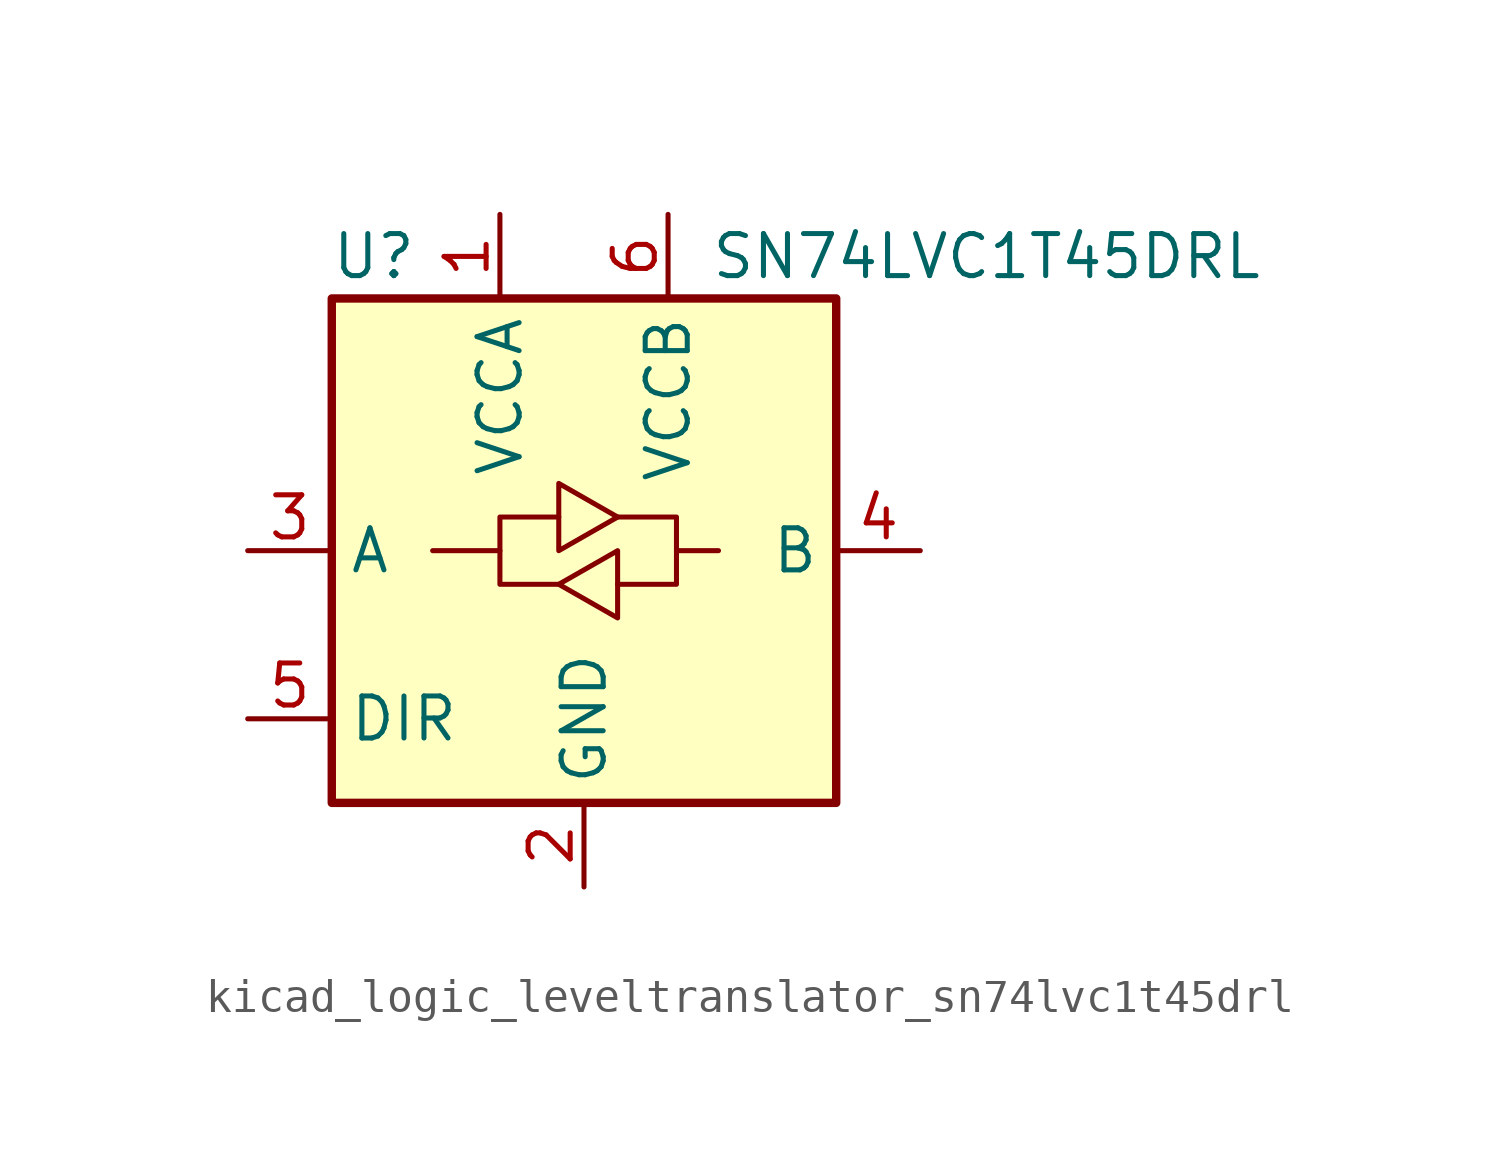
<source format=kicad_sym>
(kicad_symbol_lib
  (version 20220914)
  (generator kicad_symbol_editor)
  (symbol "kicad_logic_leveltranslator_sn74lvc1t45drl"
    (property "Reference" "U"
      (at -6.35 8.89 0)
      (effects (font (size 1.27 1.27))))
    (property "Value" "SN74LVC1T45DRL"
      (at 3.81 8.89 0)
      (effects (font (size 1.27 1.27)) (justify left)))
    (symbol "kicad_logic_leveltranslator_sn74lvc1t45drl_0_1"
      (rectangle (start -7.62 7.62) (end 7.62 -7.62) (stroke (width 0.254) (type default)) (fill (type background)))
      (polyline (pts (xy -2.54 0) (xy -2.54 1.016) (xy -0.762 1.016)) (stroke (width 0) (type default)) (fill (type none)))
      (polyline (pts (xy 2.794 0) (xy 2.794 -1.016) (xy 1.016 -1.016)) (stroke (width 0) (type default)) (fill (type none)))
      (polyline (pts (xy -0.762 -1.016) (xy -2.54 -1.016) (xy -2.54 0) (xy -4.572 0)) (stroke (width 0) (type default)) (fill (type none)))
      (polyline (pts (xy -0.762 0) (xy -0.762 2.032) (xy 1.016 1.016) (xy -0.762 0)) (stroke (width 0) (type default)) (fill (type none)))
      (polyline (pts (xy 1.016 1.016) (xy 2.794 1.016) (xy 2.794 0) (xy 4.064 0)) (stroke (width 0) (type default)) (fill (type none)))
      (polyline (pts (xy 1.016 0) (xy 1.016 -1.778) (xy 1.016 -2.032) (xy -0.762 -1.016) (xy 1.016 0)) (stroke (width 0) (type default)) (fill (type none))))
    (symbol "kicad_logic_leveltranslator_sn74lvc1t45drl_1_1"
      (pin power_in line (at -2.54 10.16 270) (length 2.54) (name "VCCA" (effects (font (size 1.27 1.27)))) (number "1" (effects (font (size 1.27 1.27)))))
      (pin power_in line (at 0 -10.16 90) (length 2.54) (name "GND" (effects (font (size 1.27 1.27)))) (number "2" (effects (font (size 1.27 1.27)))))
      (pin bidirectional line (at -10.16 0 0) (length 2.54) (name "A" (effects (font (size 1.27 1.27)))) (number "3" (effects (font (size 1.27 1.27)))))
      (pin bidirectional line (at 10.16 0 180) (length 2.54) (name "B" (effects (font (size 1.27 1.27)))) (number "4" (effects (font (size 1.27 1.27)))))
      (pin input line (at -10.16 -5.08 0) (length 2.54) (name "DIR" (effects (font (size 1.27 1.27)))) (number "5" (effects (font (size 1.27 1.27)))))
      (pin power_in line (at 2.54 10.16 270) (length 2.54) (name "VCCB" (effects (font (size 1.27 1.27)))) (number "6" (effects (font (size 1.27 1.27))))))))
</source>
